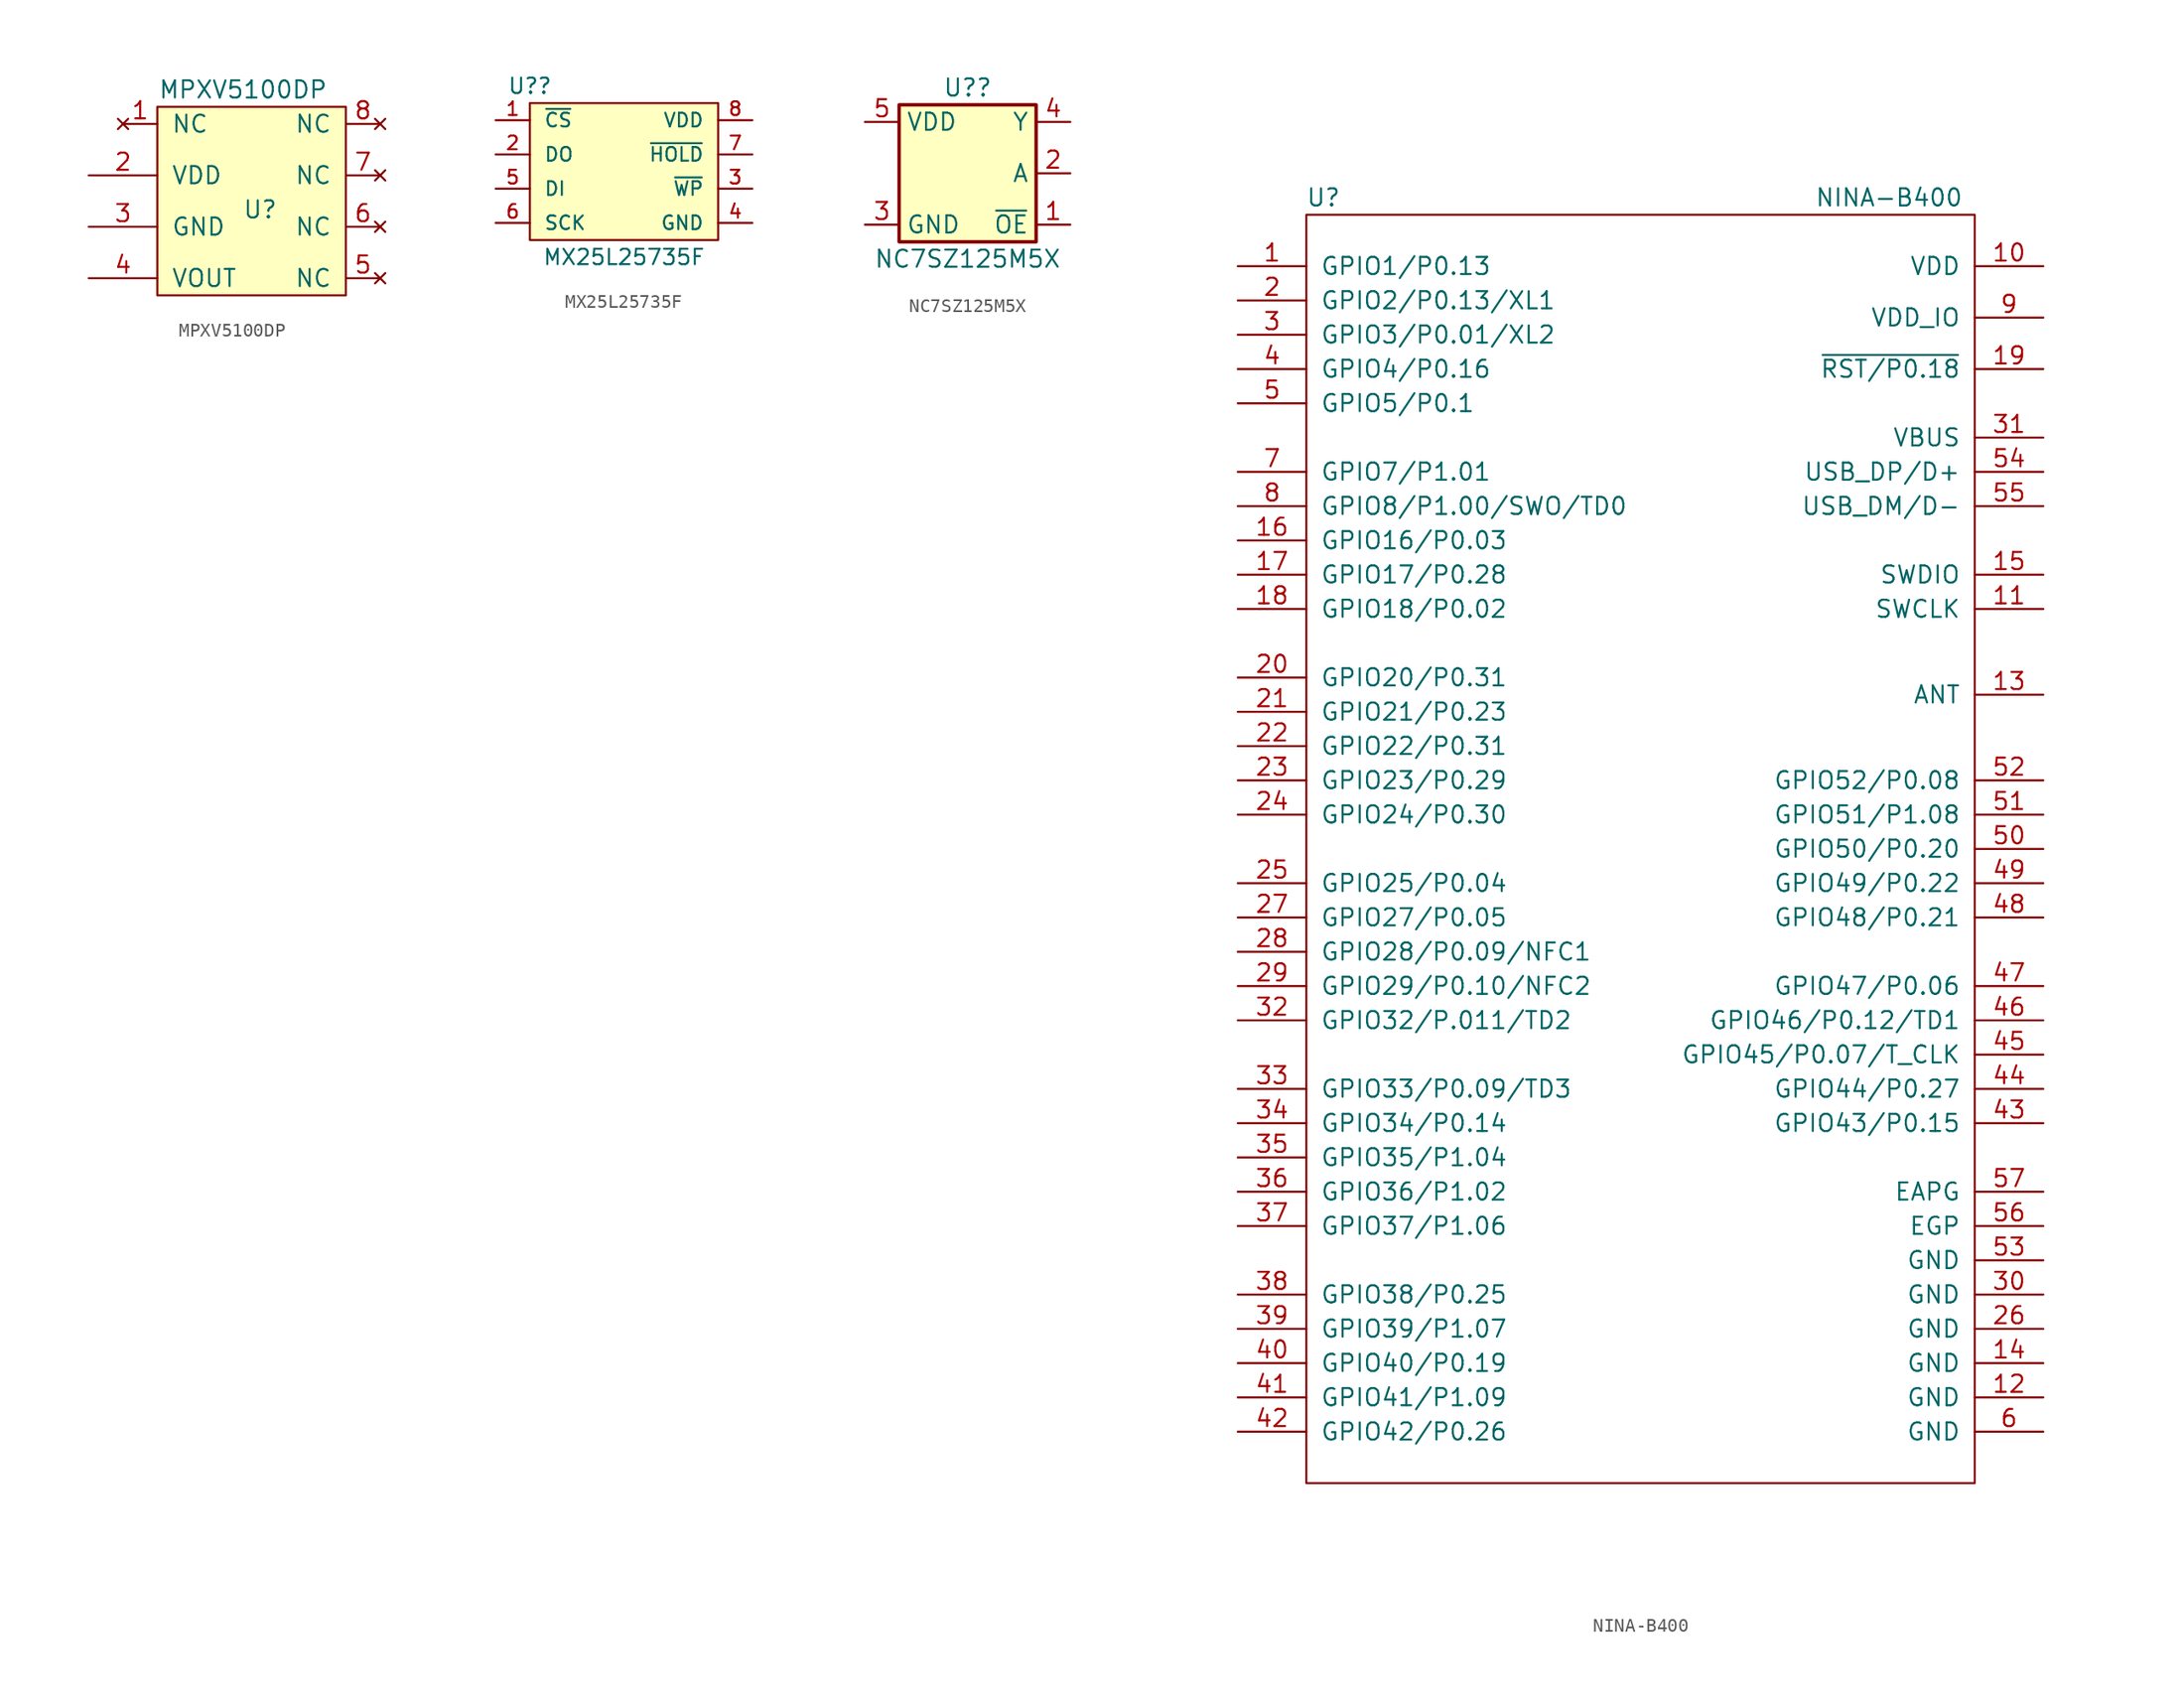
<source format=kicad_sym>
(kicad_symbol_lib
  (version 20211014)
  (generator kicad_symbol_editor)
  (symbol "MPXV5100DP"
    (pin_names
      (offset 1.016))
    (property "Reference" "U"
      (at 7.62 7.62 0)
      (effects (font (size 1.27 1.27))))
    (property "Value" "MPXV5100DP"
      (at 6.35 16.51 0)
      (effects (font (size 1.27 1.27))))
    (symbol "MPXV5100DP_0_1"
      (rectangle (start 0 15.24) (end 13.97 1.27) (stroke (width 0) (type default) (color 0 0 0 0)) (fill (type background))))
    (symbol "MPXV5100DP_1_1"
      (pin no_connect line (at -2.54 13.97 0) (length 2.54) (name "NC" (effects (font (size 1.27 1.27)))) (number "1" (effects (font (size 1.27 1.27)))))
      (pin input line (at -5.08 10.16 0) (length 5.08) (name "VDD" (effects (font (size 1.27 1.27)))) (number "2" (effects (font (size 1.27 1.27)))))
      (pin input line (at -5.08 6.35 0) (length 5.08) (name "GND" (effects (font (size 1.27 1.27)))) (number "3" (effects (font (size 1.27 1.27)))))
      (pin input line (at -5.08 2.54 0) (length 5.08) (name "VOUT" (effects (font (size 1.27 1.27)))) (number "4" (effects (font (size 1.27 1.27)))))
      (pin no_connect line (at 16.51 2.54 180) (length 2.54) (name "NC" (effects (font (size 1.27 1.27)))) (number "5" (effects (font (size 1.27 1.27)))))
      (pin no_connect line (at 16.51 6.35 180) (length 2.54) (name "NC" (effects (font (size 1.27 1.27)))) (number "6" (effects (font (size 1.27 1.27)))))
      (pin no_connect line (at 16.51 10.16 180) (length 2.54) (name "NC" (effects (font (size 1.27 1.27)))) (number "7" (effects (font (size 1.27 1.27)))))
      (pin no_connect line (at 16.51 13.97 180) (length 2.54) (name "NC" (effects (font (size 1.27 1.27)))) (number "8" (effects (font (size 1.27 1.27)))))))
  (symbol "MX25L25735F"
    (pin_names
      (offset 1.016))
    (property "Reference" "U?"
      (at 0 11.43 0)
      (effects (font (size 1.143 1.143))))
    (property "Value" "MX25L25735F"
      (at 6.985 -1.27 0)
      (effects (font (size 1.143 1.143))))
    (symbol "MX25L25735F_1_1"
      (rectangle (start 0 10.16) (end 13.97 0) (stroke (width 0) (type default) (color 0 0 0 0)) (fill (type background)))
      (pin bidirectional line (at -2.54 8.89 0) (length 2.54) (name "~{CS}" (effects (font (size 1.016 1.016)))) (number "1" (effects (font (size 1.016 1.016)))))
      (pin bidirectional line (at -2.54 6.35 0) (length 2.54) (name "DO" (effects (font (size 1.016 1.016)))) (number "2" (effects (font (size 1.016 1.016)))))
      (pin bidirectional line (at 16.51 3.81 180) (length 2.54) (name "~{WP}" (effects (font (size 1.016 1.016)))) (number "3" (effects (font (size 1.016 1.016)))))
      (pin bidirectional line (at 16.51 1.27 180) (length 2.54) (name "GND" (effects (font (size 1.016 1.016)))) (number "4" (effects (font (size 1.016 1.016)))))
      (pin bidirectional line (at -2.54 3.81 0) (length 2.54) (name "DI" (effects (font (size 1.016 1.016)))) (number "5" (effects (font (size 1.016 1.016)))))
      (pin bidirectional line (at -2.54 1.27 0) (length 2.54) (name "SCK" (effects (font (size 1.016 1.016)))) (number "6" (effects (font (size 1.016 1.016)))))
      (pin bidirectional line (at 16.51 6.35 180) (length 2.54) (name "~{HOLD}" (effects (font (size 1.016 1.016)))) (number "7" (effects (font (size 1.016 1.016)))))
      (pin bidirectional line (at 16.51 8.89 180) (length 2.54) (name "VDD" (effects (font (size 1.016 1.016)))) (number "8" (effects (font (size 1.016 1.016)))))))
  (symbol "NC7SZ125M5X"
    (property "Reference" "U?"
      (at 0 6.35 0)
      (effects (font (size 1.27 1.27))))
    (property "Value" "NC7SZ125M5X"
      (at 0 -6.35 0)
      (effects (font (size 1.27 1.27))))
    (symbol "NC7SZ125M5X_0_1"
      (rectangle (start -5.08 5.08) (end 5.08 -5.08) (stroke (width 0.254) (type default) (color 0 0 0 0)) (fill (type background))))
    (symbol "NC7SZ125M5X_1_1"
      (pin input line (at 7.62 -3.81 180) (length 2.54) (name "~{OE}" (effects (font (size 1.27 1.27)))) (number "1" (effects (font (size 1.27 1.27)))))
      (pin input line (at 7.62 0 180) (length 2.54) (name "A" (effects (font (size 1.27 1.27)))) (number "2" (effects (font (size 1.27 1.27)))))
      (pin power_in line (at -7.62 -3.81 0) (length 2.54) (name "GND" (effects (font (size 1.27 1.27)))) (number "3" (effects (font (size 1.27 1.27)))))
      (pin output line (at 7.62 3.81 180) (length 2.54) (name "Y" (effects (font (size 1.27 1.27)))) (number "4" (effects (font (size 1.27 1.27)))))
      (pin power_in line (at -7.62 3.81 0) (length 2.54) (name "VDD" (effects (font (size 1.27 1.27)))) (number "5" (effects (font (size 1.27 1.27)))))))
  (symbol "NINA-B400"
    (pin_names
      (offset 1.016))
    (property "Reference" "U"
      (at -22.86 46.99 0)
      (effects (font (size 1.27 1.27))))
    (property "Value" "NINA-B400"
      (at 19.05 46.99 0)
      (effects (font (size 1.27 1.27))))
    (symbol "NINA-B400_0_0"
      (pin input line (at -29.21 41.91 0) (length 5.08) (name "GPIO1/P0.13" (effects (font (size 1.27 1.27)))) (number "1" (effects (font (size 1.27 1.27)))))
      (pin input line (at 30.48 41.91 180) (length 5.08) (name "VDD" (effects (font (size 1.27 1.27)))) (number "10" (effects (font (size 1.27 1.27)))))
      (pin input line (at 30.48 16.51 180) (length 5.08) (name "SWCLK" (effects (font (size 1.27 1.27)))) (number "11" (effects (font (size 1.27 1.27)))))
      (pin input line (at 30.48 -41.91 180) (length 5.08) (name "GND" (effects (font (size 1.27 1.27)))) (number "12" (effects (font (size 1.27 1.27)))))
      (pin input line (at 30.48 10.16 180) (length 5.08) (name "ANT" (effects (font (size 1.27 1.27)))) (number "13" (effects (font (size 1.27 1.27)))))
      (pin input line (at 30.48 -39.37 180) (length 5.08) (name "GND" (effects (font (size 1.27 1.27)))) (number "14" (effects (font (size 1.27 1.27)))))
      (pin input line (at 30.48 19.05 180) (length 5.08) (name "SWDIO" (effects (font (size 1.27 1.27)))) (number "15" (effects (font (size 1.27 1.27)))))
      (pin input line (at -29.21 21.59 0) (length 5.08) (name "GPIO16/P0.03" (effects (font (size 1.27 1.27)))) (number "16" (effects (font (size 1.27 1.27)))))
      (pin input line (at -29.21 19.05 0) (length 5.08) (name "GPIO17/P0.28" (effects (font (size 1.27 1.27)))) (number "17" (effects (font (size 1.27 1.27)))))
      (pin input line (at -29.21 16.51 0) (length 5.08) (name "GPIO18/P0.02" (effects (font (size 1.27 1.27)))) (number "18" (effects (font (size 1.27 1.27)))))
      (pin input line (at 30.48 34.29 180) (length 5.08) (name "~{RST/P0.18}" (effects (font (size 1.27 1.27)))) (number "19" (effects (font (size 1.27 1.27)))))
      (pin input line (at -29.21 11.43 0) (length 5.08) (name "GPIO20/P0.31" (effects (font (size 1.27 1.27)))) (number "20" (effects (font (size 1.27 1.27)))))
      (pin input line (at -29.21 8.89 0) (length 5.08) (name "GPIO21/P0.23" (effects (font (size 1.27 1.27)))) (number "21" (effects (font (size 1.27 1.27)))))
      (pin input line (at -29.21 6.35 0) (length 5.08) (name "GPIO22/P0.31" (effects (font (size 1.27 1.27)))) (number "22" (effects (font (size 1.27 1.27)))))
      (pin input line (at -29.21 3.81 0) (length 5.08) (name "GPIO23/P0.29" (effects (font (size 1.27 1.27)))) (number "23" (effects (font (size 1.27 1.27)))))
      (pin input line (at -29.21 1.27 0) (length 5.08) (name "GPIO24/P0.30" (effects (font (size 1.27 1.27)))) (number "24" (effects (font (size 1.27 1.27)))))
      (pin input line (at -29.21 -3.81 0) (length 5.08) (name "GPIO25/P0.04" (effects (font (size 1.27 1.27)))) (number "25" (effects (font (size 1.27 1.27)))))
      (pin input line (at 30.48 -36.83 180) (length 5.08) (name "GND" (effects (font (size 1.27 1.27)))) (number "26" (effects (font (size 1.27 1.27)))))
      (pin input line (at -29.21 -6.35 0) (length 5.08) (name "GPIO27/P0.05" (effects (font (size 1.27 1.27)))) (number "27" (effects (font (size 1.27 1.27)))))
      (pin input line (at -29.21 -8.89 0) (length 5.08) (name "GPIO28/P0.09/NFC1" (effects (font (size 1.27 1.27)))) (number "28" (effects (font (size 1.27 1.27)))))
      (pin input line (at -29.21 -11.43 0) (length 5.08) (name "GPIO29/P0.10/NFC2" (effects (font (size 1.27 1.27)))) (number "29" (effects (font (size 1.27 1.27)))))
      (pin input line (at -29.21 36.83 0) (length 5.08) (name "GPIO3/P0.01/XL2" (effects (font (size 1.27 1.27)))) (number "3" (effects (font (size 1.27 1.27)))))
      (pin input line (at 30.48 -34.29 180) (length 5.08) (name "GND" (effects (font (size 1.27 1.27)))) (number "30" (effects (font (size 1.27 1.27)))))
      (pin input line (at 30.48 29.21 180) (length 5.08) (name "VBUS" (effects (font (size 1.27 1.27)))) (number "31" (effects (font (size 1.27 1.27)))))
      (pin input line (at -29.21 -13.97 0) (length 5.08) (name "GPIO32/P.011/TD2" (effects (font (size 1.27 1.27)))) (number "32" (effects (font (size 1.27 1.27)))))
      (pin input line (at -29.21 -19.05 0) (length 5.08) (name "GPIO33/P0.09/TD3" (effects (font (size 1.27 1.27)))) (number "33" (effects (font (size 1.27 1.27)))))
      (pin input line (at -29.21 -21.59 0) (length 5.08) (name "GPIO34/P0.14" (effects (font (size 1.27 1.27)))) (number "34" (effects (font (size 1.27 1.27)))))
      (pin input line (at -29.21 -24.13 0) (length 5.08) (name "GPIO35/P1.04" (effects (font (size 1.27 1.27)))) (number "35" (effects (font (size 1.27 1.27)))))
      (pin input line (at -29.21 -26.67 0) (length 5.08) (name "GPIO36/P1.02" (effects (font (size 1.27 1.27)))) (number "36" (effects (font (size 1.27 1.27)))))
      (pin input line (at -29.21 -29.21 0) (length 5.08) (name "GPIO37/P1.06" (effects (font (size 1.27 1.27)))) (number "37" (effects (font (size 1.27 1.27)))))
      (pin input line (at -29.21 -34.29 0) (length 5.08) (name "GPIO38/P0.25" (effects (font (size 1.27 1.27)))) (number "38" (effects (font (size 1.27 1.27)))))
      (pin input line (at -29.21 -36.83 0) (length 5.08) (name "GPIO39/P1.07" (effects (font (size 1.27 1.27)))) (number "39" (effects (font (size 1.27 1.27)))))
      (pin input line (at -29.21 34.29 0) (length 5.08) (name "GPIO4/P0.16" (effects (font (size 1.27 1.27)))) (number "4" (effects (font (size 1.27 1.27)))))
      (pin input line (at -29.21 -39.37 0) (length 5.08) (name "GPIO40/P0.19" (effects (font (size 1.27 1.27)))) (number "40" (effects (font (size 1.27 1.27)))))
      (pin input line (at -29.21 -41.91 0) (length 5.08) (name "GPIO41/P1.09" (effects (font (size 1.27 1.27)))) (number "41" (effects (font (size 1.27 1.27)))))
      (pin input line (at -29.21 -44.45 0) (length 5.08) (name "GPIO42/P0.26" (effects (font (size 1.27 1.27)))) (number "42" (effects (font (size 1.27 1.27)))))
      (pin input line (at 30.48 -21.59 180) (length 5.08) (name "GPIO43/P0.15" (effects (font (size 1.27 1.27)))) (number "43" (effects (font (size 1.27 1.27)))))
      (pin input line (at 30.48 -19.05 180) (length 5.08) (name "GPIO44/P0.27" (effects (font (size 1.27 1.27)))) (number "44" (effects (font (size 1.27 1.27)))))
      (pin input line (at 30.48 -16.51 180) (length 5.08) (name "GPIO45/P0.07/T_CLK" (effects (font (size 1.27 1.27)))) (number "45" (effects (font (size 1.27 1.27)))))
      (pin input line (at 30.48 -13.97 180) (length 5.08) (name "GPIO46/P0.12/TD1" (effects (font (size 1.27 1.27)))) (number "46" (effects (font (size 1.27 1.27)))))
      (pin input line (at 30.48 -11.43 180) (length 5.08) (name "GPIO47/P0.06" (effects (font (size 1.27 1.27)))) (number "47" (effects (font (size 1.27 1.27)))))
      (pin input line (at 30.48 -6.35 180) (length 5.08) (name "GPIO48/P0.21" (effects (font (size 1.27 1.27)))) (number "48" (effects (font (size 1.27 1.27)))))
      (pin input line (at 30.48 -3.81 180) (length 5.08) (name "GPIO49/P0.22" (effects (font (size 1.27 1.27)))) (number "49" (effects (font (size 1.27 1.27)))))
      (pin input line (at -29.21 31.75 0) (length 5.08) (name "GPIO5/P0.1" (effects (font (size 1.27 1.27)))) (number "5" (effects (font (size 1.27 1.27)))))
      (pin input line (at 30.48 -1.27 180) (length 5.08) (name "GPIO50/P0.20" (effects (font (size 1.27 1.27)))) (number "50" (effects (font (size 1.27 1.27)))))
      (pin input line (at 30.48 1.27 180) (length 5.08) (name "GPIO51/P1.08" (effects (font (size 1.27 1.27)))) (number "51" (effects (font (size 1.27 1.27)))))
      (pin input line (at 30.48 3.81 180) (length 5.08) (name "GPIO52/P0.08" (effects (font (size 1.27 1.27)))) (number "52" (effects (font (size 1.27 1.27)))))
      (pin input line (at 30.48 -31.75 180) (length 5.08) (name "GND" (effects (font (size 1.27 1.27)))) (number "53" (effects (font (size 1.27 1.27)))))
      (pin input line (at 30.48 26.67 180) (length 5.08) (name "USB_DP/D+" (effects (font (size 1.27 1.27)))) (number "54" (effects (font (size 1.27 1.27)))))
      (pin input line (at 30.48 24.13 180) (length 5.08) (name "USB_DM/D-" (effects (font (size 1.27 1.27)))) (number "55" (effects (font (size 1.27 1.27)))))
      (pin input line (at 30.48 -29.21 180) (length 5.08) (name "EGP" (effects (font (size 1.27 1.27)))) (number "56" (effects (font (size 1.27 1.27)))))
      (pin input line (at 30.48 -26.67 180) (length 5.08) (name "EAPG" (effects (font (size 1.27 1.27)))) (number "57" (effects (font (size 1.27 1.27)))))
      (pin input line (at 30.48 -44.45 180) (length 5.08) (name "GND" (effects (font (size 1.27 1.27)))) (number "6" (effects (font (size 1.27 1.27)))))
      (pin input line (at -29.21 26.67 0) (length 5.08) (name "GPIO7/P1.01" (effects (font (size 1.27 1.27)))) (number "7" (effects (font (size 1.27 1.27)))))
      (pin input line (at -29.21 24.13 0) (length 5.08) (name "GPIO8/P1.00/SWO/TD0" (effects (font (size 1.27 1.27)))) (number "8" (effects (font (size 1.27 1.27)))))
      (pin input line (at 30.48 38.1 180) (length 5.08) (name "VDD_IO" (effects (font (size 1.27 1.27)))) (number "9" (effects (font (size 1.27 1.27))))))
    (symbol "NINA-B400_0_1"
      (rectangle (start -24.13 45.72) (end 25.4 -48.26) (stroke (width 0) (type default) (color 0 0 0 0)) (fill (type none))))
    (symbol "NINA-B400_1_1"
      (pin input line (at -29.21 39.37 0) (length 5.08) (name "GPIO2/P0.13/XL1" (effects (font (size 1.27 1.27)))) (number "2" (effects (font (size 1.27 1.27))))))))
</source>
